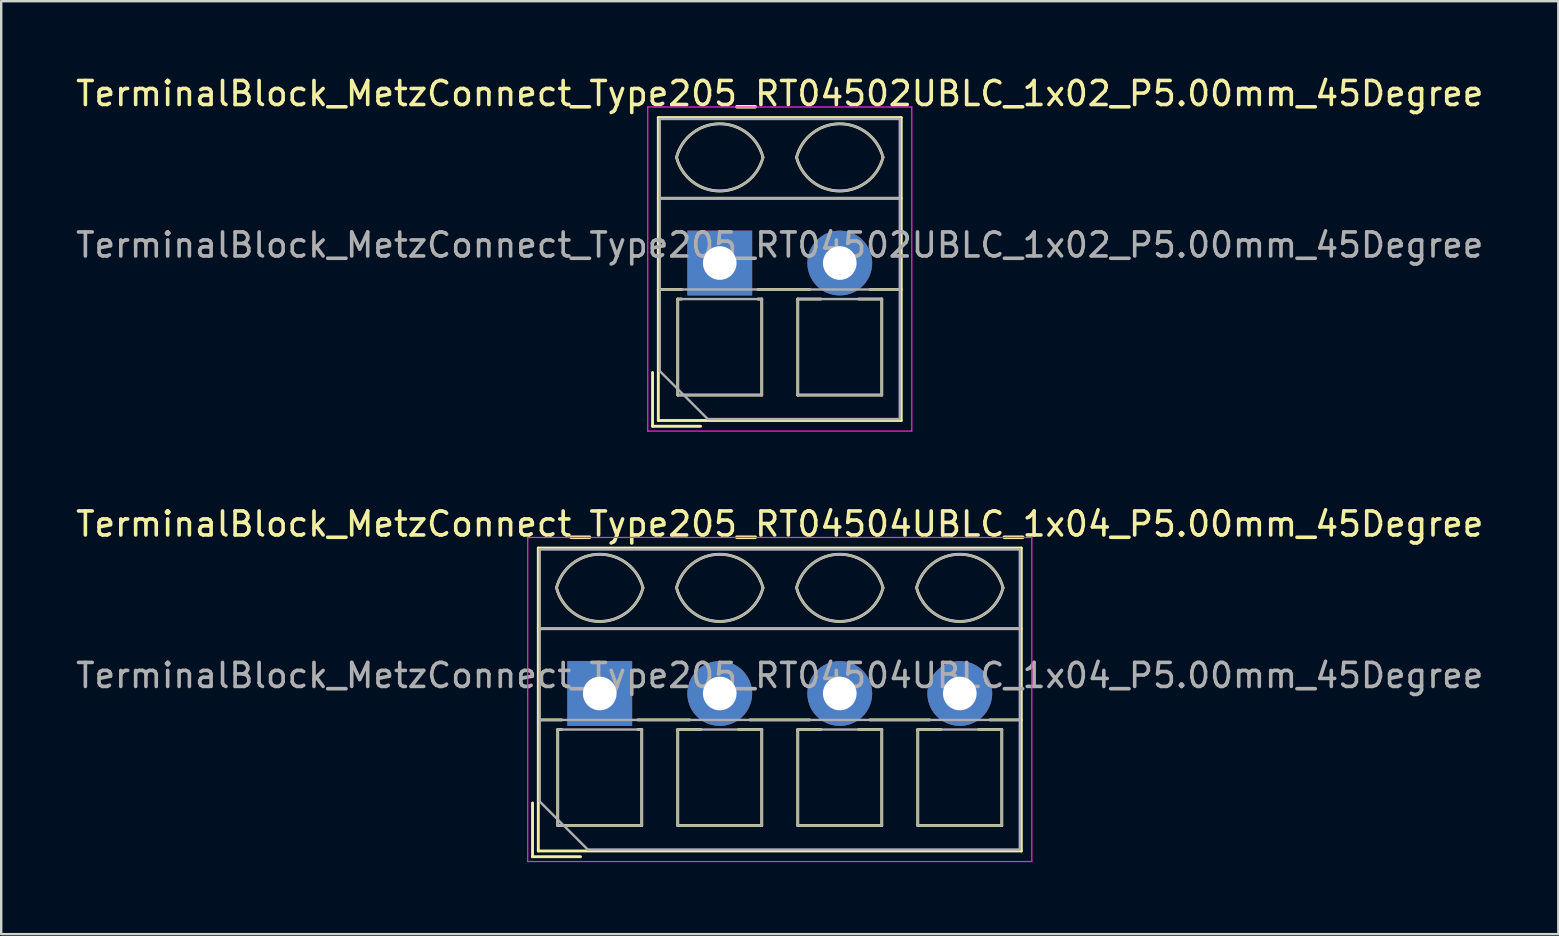
<source format=kicad_pcb>
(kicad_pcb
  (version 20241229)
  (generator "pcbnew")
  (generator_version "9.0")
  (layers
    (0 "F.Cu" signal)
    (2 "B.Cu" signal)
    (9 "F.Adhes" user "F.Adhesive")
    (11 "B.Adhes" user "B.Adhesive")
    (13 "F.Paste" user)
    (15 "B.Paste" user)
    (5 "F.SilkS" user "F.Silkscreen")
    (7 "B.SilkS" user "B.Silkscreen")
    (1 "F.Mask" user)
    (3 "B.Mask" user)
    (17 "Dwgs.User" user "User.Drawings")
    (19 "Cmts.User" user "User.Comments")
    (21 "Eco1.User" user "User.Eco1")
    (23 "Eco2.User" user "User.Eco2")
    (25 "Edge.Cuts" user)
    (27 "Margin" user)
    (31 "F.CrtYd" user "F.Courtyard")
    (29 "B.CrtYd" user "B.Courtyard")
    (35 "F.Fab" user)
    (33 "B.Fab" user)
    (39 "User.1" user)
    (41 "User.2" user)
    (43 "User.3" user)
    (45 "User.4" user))
  (footprint "TerminalBlock_MetzConnect_Type205_RT04504UBLC_1x04_P5.00mm_45Degree"
    (layer "F.Cu")
    (at 21.935 25.841)
    (property "Reference" "TerminalBlock_MetzConnect_Type205_RT04504UBLC_1x04_P5.00mm_45Degree" (at 7.5 -7.06 0) (layer "F.SilkS") (effects (font (size 1 1) (thickness 0.15))))
    (attr through_hole)
    (fp_line (start -2.8 4.56) (end -2.8 6.8) (stroke (width 0.12) (type solid)) (layer "F.SilkS"))
    (fp_line (start -2.8 6.8) (end -0.8 6.8) (stroke (width 0.12) (type solid)) (layer "F.SilkS"))
    (fp_line (start -2.56 -6.06) (end -2.56 6.56) (stroke (width 0.12) (type solid)) (layer "F.SilkS"))
    (fp_line (start -2.56 -6.06) (end 17.561 -6.06) (stroke (width 0.12) (type solid)) (layer "F.SilkS"))
    (fp_line (start -2.56 -2.7) (end 17.561 -2.7) (stroke (width 0.12) (type solid)) (layer "F.SilkS"))
    (fp_line (start -2.56 1.1) (end -1.59 1.1) (stroke (width 0.12) (type solid)) (layer "F.SilkS"))
    (fp_line (start -2.56 6.56) (end 17.561 6.56) (stroke (width 0.12) (type solid)) (layer "F.SilkS"))
    (fp_line (start -1.75 1.5) (end -1.75 5.5) (stroke (width 0.12) (type solid)) (layer "F.SilkS"))
    (fp_line (start -1.75 1.5) (end -1.59 1.5) (stroke (width 0.12) (type solid)) (layer "F.SilkS"))
    (fp_line (start -1.75 5.5) (end 1.75 5.5) (stroke (width 0.12) (type solid)) (layer "F.SilkS"))
    (fp_line (start 1.59 1.1) (end 3.744 1.1) (stroke (width 0.12) (type solid)) (layer "F.SilkS"))
    (fp_line (start 1.59 1.5) (end 1.75 1.5) (stroke (width 0.12) (type solid)) (layer "F.SilkS"))
    (fp_line (start 1.75 1.5) (end 1.75 5.5) (stroke (width 0.12) (type solid)) (layer "F.SilkS"))
    (fp_line (start 3.25 1.5) (end 3.25 5.5) (stroke (width 0.12) (type solid)) (layer "F.SilkS"))
    (fp_line (start 3.25 1.5) (end 4.216 1.5) (stroke (width 0.12) (type solid)) (layer "F.SilkS"))
    (fp_line (start 3.25 5.5) (end 6.75 5.5) (stroke (width 0.12) (type solid)) (layer "F.SilkS"))
    (fp_line (start 5.785 1.5) (end 6.75 1.5) (stroke (width 0.12) (type solid)) (layer "F.SilkS"))
    (fp_line (start 6.257 1.1) (end 8.744 1.1) (stroke (width 0.12) (type solid)) (layer "F.SilkS"))
    (fp_line (start 6.75 1.5) (end 6.75 5.5) (stroke (width 0.12) (type solid)) (layer "F.SilkS"))
    (fp_line (start 8.25 1.5) (end 8.25 5.5) (stroke (width 0.12) (type solid)) (layer "F.SilkS"))
    (fp_line (start 8.25 1.5) (end 9.216 1.5) (stroke (width 0.12) (type solid)) (layer "F.SilkS"))
    (fp_line (start 8.25 5.5) (end 11.75 5.5) (stroke (width 0.12) (type solid)) (layer "F.SilkS"))
    (fp_line (start 10.785 1.5) (end 11.75 1.5) (stroke (width 0.12) (type solid)) (layer "F.SilkS"))
    (fp_line (start 11.257 1.1) (end 13.744 1.1) (stroke (width 0.12) (type solid)) (layer "F.SilkS"))
    (fp_line (start 11.75 1.5) (end 11.75 5.5) (stroke (width 0.12) (type solid)) (layer "F.SilkS"))
    (fp_line (start 13.25 1.5) (end 13.25 5.5) (stroke (width 0.12) (type solid)) (layer "F.SilkS"))
    (fp_line (start 13.25 1.5) (end 14.216 1.5) (stroke (width 0.12) (type solid)) (layer "F.SilkS"))
    (fp_line (start 13.25 5.5) (end 16.75 5.5) (stroke (width 0.12) (type solid)) (layer "F.SilkS"))
    (fp_line (start 15.785 1.5) (end 16.75 1.5) (stroke (width 0.12) (type solid)) (layer "F.SilkS"))
    (fp_line (start 16.257 1.1) (end 17.561 1.1) (stroke (width 0.12) (type solid)) (layer "F.SilkS"))
    (fp_line (start 16.75 1.5) (end 16.75 5.5) (stroke (width 0.12) (type solid)) (layer "F.SilkS"))
    (fp_line (start 17.561 -6.06) (end 17.561 6.56) (stroke (width 0.12) (type solid)) (layer "F.SilkS"))
    (fp_arc (start -1.800846 -4.400605) (mid 0.000312 -5.801077) (end 1.801 -4.4) (stroke (width 0.12) (type solid)) (layer "F.SilkS"))
    (fp_arc (start 1.8 -4.4) (mid -0.000903 -3.000646) (end -1.800445 -4.401751) (stroke (width 0.12) (type solid)) (layer "F.SilkS"))
    (fp_arc (start 3.199154 -4.400605) (mid 5.000312 -5.801077) (end 6.801 -4.4) (stroke (width 0.12) (type solid)) (layer "F.SilkS"))
    (fp_arc (start 6.8 -4.4) (mid 4.999097 -3.000646) (end 3.199555 -4.401751) (stroke (width 0.12) (type solid)) (layer "F.SilkS"))
    (fp_arc (start 8.199154 -4.400605) (mid 10.000312 -5.801077) (end 11.801 -4.4) (stroke (width 0.12) (type solid)) (layer "F.SilkS"))
    (fp_arc (start 11.8 -4.4) (mid 9.999097 -3.000646) (end 8.199555 -4.401751) (stroke (width 0.12) (type solid)) (layer "F.SilkS"))
    (fp_arc (start 13.199154 -4.400605) (mid 15.000312 -5.801077) (end 16.801 -4.4) (stroke (width 0.12) (type solid)) (layer "F.SilkS"))
    (fp_arc (start 16.8 -4.4) (mid 14.999097 -3.000646) (end 13.199555 -4.401751) (stroke (width 0.12) (type solid)) (layer "F.SilkS"))
    (fp_line (start -3 -6.5) (end -3 7) (stroke (width 0.05) (type solid)) (layer "F.CrtYd"))
    (fp_line (start -3 7) (end 18 7) (stroke (width 0.05) (type solid)) (layer "F.CrtYd"))
    (fp_line (start 18 -6.5) (end -3 -6.5) (stroke (width 0.05) (type solid)) (layer "F.CrtYd"))
    (fp_line (start 18 7) (end 18 -6.5) (stroke (width 0.05) (type solid)) (layer "F.CrtYd"))
    (fp_line (start -2.5 -6) (end 17.5 -6) (stroke (width 0.1) (type solid)) (layer "F.Fab"))
    (fp_line (start -2.5 -2.7) (end 17.5 -2.7) (stroke (width 0.1) (type solid)) (layer "F.Fab"))
    (fp_line (start -2.5 1.1) (end 17.5 1.1) (stroke (width 0.1) (type solid)) (layer "F.Fab"))
    (fp_line (start -2.5 4.5) (end -2.5 -6) (stroke (width 0.1) (type solid)) (layer "F.Fab"))
    (fp_line (start -1.75 1.5) (end -1.75 5.5) (stroke (width 0.1) (type solid)) (layer "F.Fab"))
    (fp_line (start -1.75 5.5) (end 1.75 5.5) (stroke (width 0.1) (type solid)) (layer "F.Fab"))
    (fp_line (start -0.5 6.5) (end -2.5 4.5) (stroke (width 0.1) (type solid)) (layer "F.Fab"))
    (fp_line (start 1.75 1.5) (end -1.75 1.5) (stroke (width 0.1) (type solid)) (layer "F.Fab"))
    (fp_line (start 1.75 5.5) (end 1.75 1.5) (stroke (width 0.1) (type solid)) (layer "F.Fab"))
    (fp_line (start 3.25 1.5) (end 3.25 5.5) (stroke (width 0.1) (type solid)) (layer "F.Fab"))
    (fp_line (start 3.25 5.5) (end 6.75 5.5) (stroke (width 0.1) (type solid)) (layer "F.Fab"))
    (fp_line (start 6.75 1.5) (end 3.25 1.5) (stroke (width 0.1) (type solid)) (layer "F.Fab"))
    (fp_line (start 6.75 5.5) (end 6.75 1.5) (stroke (width 0.1) (type solid)) (layer "F.Fab"))
    (fp_line (start 8.25 1.5) (end 8.25 5.5) (stroke (width 0.1) (type solid)) (layer "F.Fab"))
    (fp_line (start 8.25 5.5) (end 11.75 5.5) (stroke (width 0.1) (type solid)) (layer "F.Fab"))
    (fp_line (start 11.75 1.5) (end 8.25 1.5) (stroke (width 0.1) (type solid)) (layer "F.Fab"))
    (fp_line (start 11.75 5.5) (end 11.75 1.5) (stroke (width 0.1) (type solid)) (layer "F.Fab"))
    (fp_line (start 13.25 1.5) (end 13.25 5.5) (stroke (width 0.1) (type solid)) (layer "F.Fab"))
    (fp_line (start 13.25 5.5) (end 16.75 5.5) (stroke (width 0.1) (type solid)) (layer "F.Fab"))
    (fp_line (start 16.75 1.5) (end 13.25 1.5) (stroke (width 0.1) (type solid)) (layer "F.Fab"))
    (fp_line (start 16.75 5.5) (end 16.75 1.5) (stroke (width 0.1) (type solid)) (layer "F.Fab"))
    (fp_line (start 17.5 -6) (end 17.5 6.5) (stroke (width 0.1) (type solid)) (layer "F.Fab"))
    (fp_line (start 17.5 6.5) (end -0.5 6.5) (stroke (width 0.1) (type solid)) (layer "F.Fab"))
    (fp_arc (start -1.800846 -4.400605) (mid 0.000312 -5.801077) (end 1.801 -4.4) (stroke (width 0.1) (type solid)) (layer "F.Fab"))
    (fp_arc (start 1.8 -4.4) (mid -0.000903 -3.000646) (end -1.800445 -4.401751) (stroke (width 0.1) (type solid)) (layer "F.Fab"))
    (fp_arc (start 3.199154 -4.400605) (mid 5.000312 -5.801077) (end 6.801 -4.4) (stroke (width 0.1) (type solid)) (layer "F.Fab"))
    (fp_arc (start 6.8 -4.4) (mid 4.999097 -3.000646) (end 3.199555 -4.401751) (stroke (width 0.1) (type solid)) (layer "F.Fab"))
    (fp_arc (start 8.199154 -4.400605) (mid 10.000312 -5.801077) (end 11.801 -4.4) (stroke (width 0.1) (type solid)) (layer "F.Fab"))
    (fp_arc (start 11.8 -4.4) (mid 9.999097 -3.000646) (end 8.199555 -4.401751) (stroke (width 0.1) (type solid)) (layer "F.Fab"))
    (fp_arc (start 13.199154 -4.400605) (mid 15.000312 -5.801077) (end 16.801 -4.4) (stroke (width 0.1) (type solid)) (layer "F.Fab"))
    (fp_arc (start 16.8 -4.4) (mid 14.999097 -3.000646) (end 13.199555 -4.401751) (stroke (width 0.1) (type solid)) (layer "F.Fab"))
    (fp_text user "${REFERENCE}" (at 7.5 -0.75 0) (layer "F.Fab") (effects (font (size 1 1) (thickness 0.15))))
    (pad "1" thru_hole rect (at 0 0) (size 2.7 2.7) (drill 1.4) (layers "*.Cu" "*.Mask"))
    (pad "2" thru_hole circle (at 5 0) (size 2.7 2.7) (drill 1.4) (layers "*.Cu" "*.Mask"))
    (pad "3" thru_hole circle (at 10 0) (size 2.7 2.7) (drill 1.4) (layers "*.Cu" "*.Mask"))
    (pad "4" thru_hole circle (at 15 0) (size 2.7 2.7) (drill 1.4) (layers "*.Cu" "*.Mask")))
  (footprint "TerminalBlock_MetzConnect_Type205_RT04502UBLC_1x02_P5.00mm_45Degree"
    (layer "F.Cu")
    (at 26.935 7.908)
    (property "Reference" "TerminalBlock_MetzConnect_Type205_RT04502UBLC_1x02_P5.00mm_45Degree" (at 2.5 -7.06 0) (layer "F.SilkS") (effects (font (size 1 1) (thickness 0.15))))
    (attr through_hole)
    (fp_line (start -2.8 4.56) (end -2.8 6.8) (stroke (width 0.12) (type solid)) (layer "F.SilkS"))
    (fp_line (start -2.8 6.8) (end -0.8 6.8) (stroke (width 0.12) (type solid)) (layer "F.SilkS"))
    (fp_line (start -2.56 -6.06) (end -2.56 6.56) (stroke (width 0.12) (type solid)) (layer "F.SilkS"))
    (fp_line (start -2.56 -6.06) (end 7.56 -6.06) (stroke (width 0.12) (type solid)) (layer "F.SilkS"))
    (fp_line (start -2.56 -2.7) (end 7.56 -2.7) (stroke (width 0.12) (type solid)) (layer "F.SilkS"))
    (fp_line (start -2.56 1.1) (end -1.59 1.1) (stroke (width 0.12) (type solid)) (layer "F.SilkS"))
    (fp_line (start -2.56 6.56) (end 7.56 6.56) (stroke (width 0.12) (type solid)) (layer "F.SilkS"))
    (fp_line (start -1.75 1.5) (end -1.75 5.5) (stroke (width 0.12) (type solid)) (layer "F.SilkS"))
    (fp_line (start -1.75 1.5) (end -1.59 1.5) (stroke (width 0.12) (type solid)) (layer "F.SilkS"))
    (fp_line (start -1.75 5.5) (end 1.75 5.5) (stroke (width 0.12) (type solid)) (layer "F.SilkS"))
    (fp_line (start 1.59 1.1) (end 3.744 1.1) (stroke (width 0.12) (type solid)) (layer "F.SilkS"))
    (fp_line (start 1.59 1.5) (end 1.75 1.5) (stroke (width 0.12) (type solid)) (layer "F.SilkS"))
    (fp_line (start 1.75 1.5) (end 1.75 5.5) (stroke (width 0.12) (type solid)) (layer "F.SilkS"))
    (fp_line (start 3.25 1.5) (end 3.25 5.5) (stroke (width 0.12) (type solid)) (layer "F.SilkS"))
    (fp_line (start 3.25 1.5) (end 4.216 1.5) (stroke (width 0.12) (type solid)) (layer "F.SilkS"))
    (fp_line (start 3.25 5.5) (end 6.75 5.5) (stroke (width 0.12) (type solid)) (layer "F.SilkS"))
    (fp_line (start 5.785 1.5) (end 6.75 1.5) (stroke (width 0.12) (type solid)) (layer "F.SilkS"))
    (fp_line (start 6.257 1.1) (end 7.56 1.1) (stroke (width 0.12) (type solid)) (layer "F.SilkS"))
    (fp_line (start 6.75 1.5) (end 6.75 5.5) (stroke (width 0.12) (type solid)) (layer "F.SilkS"))
    (fp_line (start 7.56 -6.06) (end 7.56 6.56) (stroke (width 0.12) (type solid)) (layer "F.SilkS"))
    (fp_arc (start -1.800846 -4.400605) (mid 0.000312 -5.801077) (end 1.801 -4.4) (stroke (width 0.12) (type solid)) (layer "F.SilkS"))
    (fp_arc (start 1.8 -4.4) (mid -0.000903 -3.000646) (end -1.800445 -4.401751) (stroke (width 0.12) (type solid)) (layer "F.SilkS"))
    (fp_arc (start 3.199154 -4.400605) (mid 5.000312 -5.801077) (end 6.801 -4.4) (stroke (width 0.12) (type solid)) (layer "F.SilkS"))
    (fp_arc (start 6.8 -4.4) (mid 4.999097 -3.000646) (end 3.199555 -4.401751) (stroke (width 0.12) (type solid)) (layer "F.SilkS"))
    (fp_line (start -3 -6.5) (end -3 7) (stroke (width 0.05) (type solid)) (layer "F.CrtYd"))
    (fp_line (start -3 7) (end 8 7) (stroke (width 0.05) (type solid)) (layer "F.CrtYd"))
    (fp_line (start 8 -6.5) (end -3 -6.5) (stroke (width 0.05) (type solid)) (layer "F.CrtYd"))
    (fp_line (start 8 7) (end 8 -6.5) (stroke (width 0.05) (type solid)) (layer "F.CrtYd"))
    (fp_line (start -2.5 -6) (end 7.5 -6) (stroke (width 0.1) (type solid)) (layer "F.Fab"))
    (fp_line (start -2.5 -2.7) (end 7.5 -2.7) (stroke (width 0.1) (type solid)) (layer "F.Fab"))
    (fp_line (start -2.5 1.1) (end 7.5 1.1) (stroke (width 0.1) (type solid)) (layer "F.Fab"))
    (fp_line (start -2.5 4.5) (end -2.5 -6) (stroke (width 0.1) (type solid)) (layer "F.Fab"))
    (fp_line (start -1.75 1.5) (end -1.75 5.5) (stroke (width 0.1) (type solid)) (layer "F.Fab"))
    (fp_line (start -1.75 5.5) (end 1.75 5.5) (stroke (width 0.1) (type solid)) (layer "F.Fab"))
    (fp_line (start -0.5 6.5) (end -2.5 4.5) (stroke (width 0.1) (type solid)) (layer "F.Fab"))
    (fp_line (start 1.75 1.5) (end -1.75 1.5) (stroke (width 0.1) (type solid)) (layer "F.Fab"))
    (fp_line (start 1.75 5.5) (end 1.75 1.5) (stroke (width 0.1) (type solid)) (layer "F.Fab"))
    (fp_line (start 3.25 1.5) (end 3.25 5.5) (stroke (width 0.1) (type solid)) (layer "F.Fab"))
    (fp_line (start 3.25 5.5) (end 6.75 5.5) (stroke (width 0.1) (type solid)) (layer "F.Fab"))
    (fp_line (start 6.75 1.5) (end 3.25 1.5) (stroke (width 0.1) (type solid)) (layer "F.Fab"))
    (fp_line (start 6.75 5.5) (end 6.75 1.5) (stroke (width 0.1) (type solid)) (layer "F.Fab"))
    (fp_line (start 7.5 -6) (end 7.5 6.5) (stroke (width 0.1) (type solid)) (layer "F.Fab"))
    (fp_line (start 7.5 6.5) (end -0.5 6.5) (stroke (width 0.1) (type solid)) (layer "F.Fab"))
    (fp_arc (start -1.800846 -4.400605) (mid 0.000312 -5.801077) (end 1.801 -4.4) (stroke (width 0.1) (type solid)) (layer "F.Fab"))
    (fp_arc (start 1.8 -4.4) (mid -0.000903 -3.000646) (end -1.800445 -4.401751) (stroke (width 0.1) (type solid)) (layer "F.Fab"))
    (fp_arc (start 3.199154 -4.400605) (mid 5.000312 -5.801077) (end 6.801 -4.4) (stroke (width 0.1) (type solid)) (layer "F.Fab"))
    (fp_arc (start 6.8 -4.4) (mid 4.999097 -3.000646) (end 3.199555 -4.401751) (stroke (width 0.1) (type solid)) (layer "F.Fab"))
    (fp_text user "${REFERENCE}" (at 2.5 -0.75 0) (layer "F.Fab") (effects (font (size 1 1) (thickness 0.15))))
    (pad "1" thru_hole rect (at 0 0) (size 2.7 2.7) (drill 1.4) (layers "*.Cu" "*.Mask"))
    (pad "2" thru_hole circle (at 5 0) (size 2.7 2.7) (drill 1.4) (layers "*.Cu" "*.Mask")))
  (gr_rect
    (start -3 -3)
    (end 61.869 35.867)
    (stroke (width 0.1) (type default))
    (fill no)
    (layer "Edge.Cuts")))
</source>
